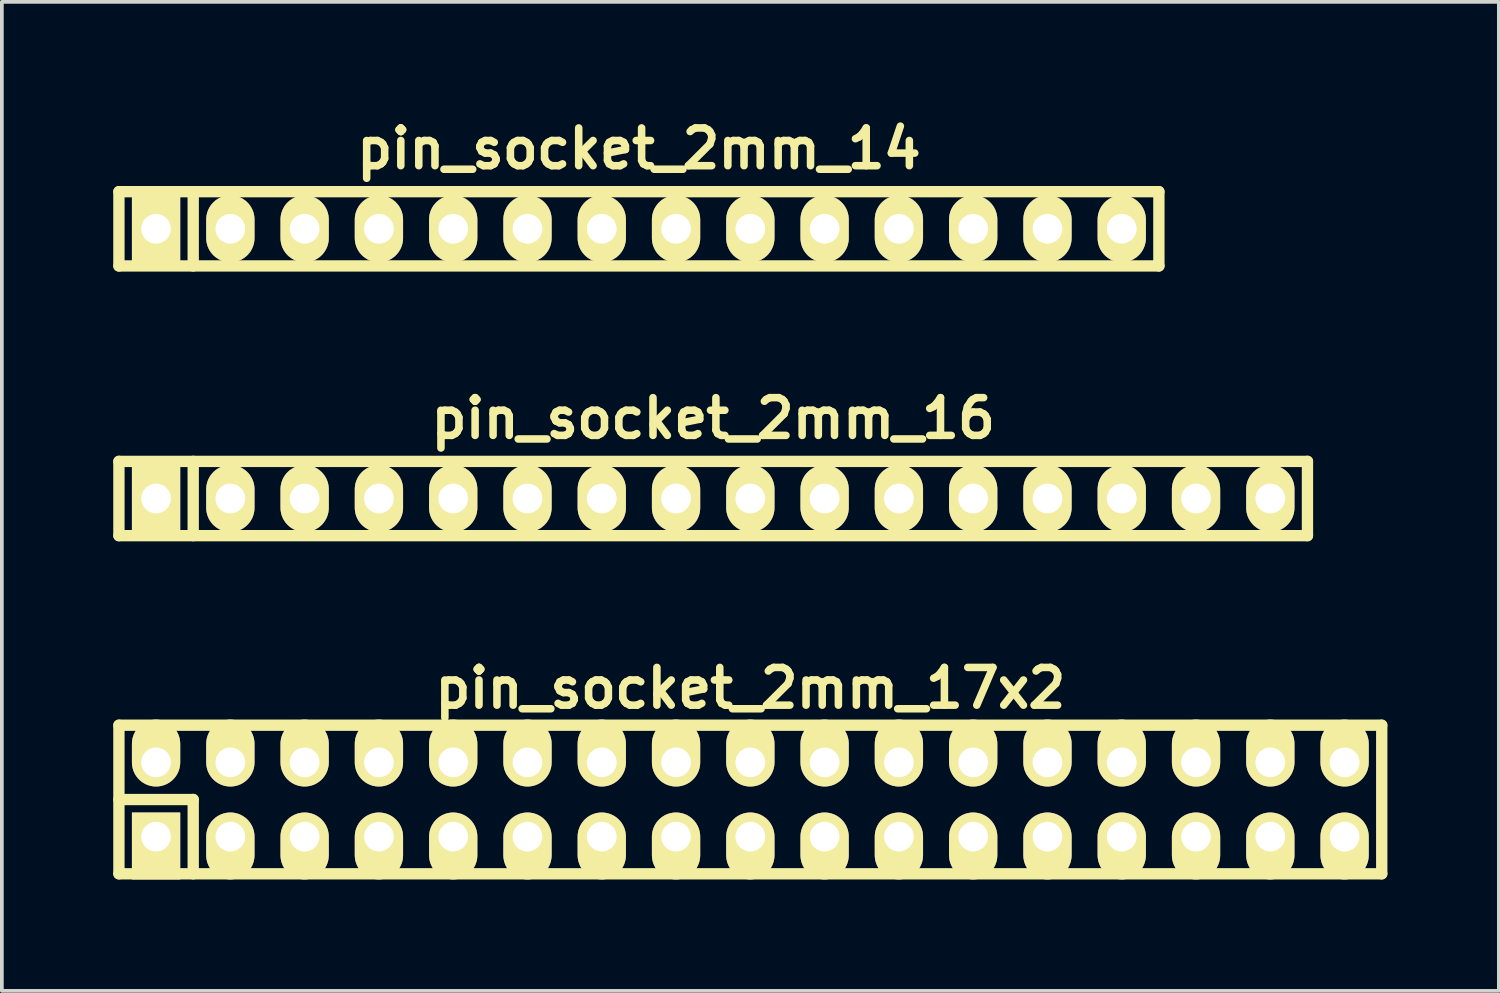
<source format=kicad_pcb>
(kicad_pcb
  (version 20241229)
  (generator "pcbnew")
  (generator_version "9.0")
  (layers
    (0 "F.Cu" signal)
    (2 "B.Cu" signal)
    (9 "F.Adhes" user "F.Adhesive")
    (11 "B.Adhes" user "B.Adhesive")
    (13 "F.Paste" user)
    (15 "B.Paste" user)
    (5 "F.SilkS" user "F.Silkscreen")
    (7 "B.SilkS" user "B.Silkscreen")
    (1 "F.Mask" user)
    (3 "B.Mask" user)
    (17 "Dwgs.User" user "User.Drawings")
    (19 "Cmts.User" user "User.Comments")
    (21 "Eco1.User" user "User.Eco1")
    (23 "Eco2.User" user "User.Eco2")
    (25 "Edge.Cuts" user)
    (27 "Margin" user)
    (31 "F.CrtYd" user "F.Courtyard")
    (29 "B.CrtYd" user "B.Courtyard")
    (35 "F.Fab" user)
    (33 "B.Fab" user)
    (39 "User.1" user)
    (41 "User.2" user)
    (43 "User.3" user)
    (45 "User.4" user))
  (footprint "pin_socket_2mm_17x2"
    (layer "F.Cu")
    (at 17.152 18.476)
    (property "Reference" "pin_socket_2mm_17x2" (at 0 -3 0) (layer "F.SilkS") (effects (font (size 1.016 1.016) (thickness 0.203))))
    (attr through_hole)
    (fp_line (start -17 -2) (end 17 -2) (stroke (width 0.305) (type solid)) (layer "F.SilkS"))
    (fp_line (start -17 0) (end -15 0) (stroke (width 0.305) (type solid)) (layer "F.SilkS"))
    (fp_line (start -17 2) (end -17 -2) (stroke (width 0.305) (type solid)) (layer "F.SilkS"))
    (fp_line (start -15 0) (end -15 2) (stroke (width 0.305) (type solid)) (layer "F.SilkS"))
    (fp_line (start 17 -2) (end 17 2) (stroke (width 0.305) (type solid)) (layer "F.SilkS"))
    (fp_line (start 17 2) (end -17 2) (stroke (width 0.305) (type solid)) (layer "F.SilkS"))
    (pad "1" thru_hole rect (at -16 1) (size 1.3 1.8) (drill 0.8 (offset 0 0.25)) (layers "*.Cu" "*.Mask" "F.SilkS"))
    (pad "2" thru_hole oval (at -16 -1) (size 1.3 1.8) (drill 0.8 (offset 0 -0.25)) (layers "*.Cu" "*.Mask" "F.SilkS"))
    (pad "3" thru_hole oval (at -14 1) (size 1.3 1.8) (drill 0.8 (offset 0 0.25)) (layers "*.Cu" "*.Mask" "F.SilkS"))
    (pad "4" thru_hole oval (at -14 -1) (size 1.3 1.8) (drill 0.8 (offset 0 -0.25)) (layers "*.Cu" "*.Mask" "F.SilkS"))
    (pad "5" thru_hole oval (at -12 1) (size 1.3 1.8) (drill 0.8 (offset 0 0.25)) (layers "*.Cu" "*.Mask" "F.SilkS"))
    (pad "6" thru_hole oval (at -12 -1) (size 1.3 1.8) (drill 0.8 (offset 0 -0.25)) (layers "*.Cu" "*.Mask" "F.SilkS"))
    (pad "7" thru_hole oval (at -10 1) (size 1.3 1.8) (drill 0.8 (offset 0 0.25)) (layers "*.Cu" "*.Mask" "F.SilkS"))
    (pad "8" thru_hole oval (at -10 -1) (size 1.3 1.8) (drill 0.8 (offset 0 -0.25)) (layers "*.Cu" "*.Mask" "F.SilkS"))
    (pad "9" thru_hole oval (at -8 1) (size 1.3 1.8) (drill 0.8 (offset 0 0.25)) (layers "*.Cu" "*.Mask" "F.SilkS"))
    (pad "10" thru_hole oval (at -8 -1) (size 1.3 1.8) (drill 0.8 (offset 0 -0.25)) (layers "*.Cu" "*.Mask" "F.SilkS"))
    (pad "11" thru_hole oval (at -6 1) (size 1.3 1.8) (drill 0.8 (offset 0 0.25)) (layers "*.Cu" "*.Mask" "F.SilkS"))
    (pad "12" thru_hole oval (at -6 -1) (size 1.3 1.8) (drill 0.8 (offset 0 -0.25)) (layers "*.Cu" "*.Mask" "F.SilkS"))
    (pad "13" thru_hole oval (at -4 1) (size 1.3 1.8) (drill 0.8 (offset 0 0.25)) (layers "*.Cu" "*.Mask" "F.SilkS"))
    (pad "14" thru_hole oval (at -4 -1) (size 1.3 1.8) (drill 0.8 (offset 0 -0.25)) (layers "*.Cu" "*.Mask" "F.SilkS"))
    (pad "15" thru_hole oval (at -2 1) (size 1.3 1.8) (drill 0.8 (offset 0 0.25)) (layers "*.Cu" "*.Mask" "F.SilkS"))
    (pad "16" thru_hole oval (at -2 -1) (size 1.3 1.8) (drill 0.8 (offset 0 -0.25)) (layers "*.Cu" "*.Mask" "F.SilkS"))
    (pad "17" thru_hole oval (at 0 1) (size 1.3 1.8) (drill 0.8 (offset 0 0.25)) (layers "*.Cu" "*.Mask" "F.SilkS"))
    (pad "18" thru_hole oval (at 0 -1) (size 1.3 1.8) (drill 0.8 (offset 0 -0.25)) (layers "*.Cu" "*.Mask" "F.SilkS"))
    (pad "19" thru_hole oval (at 2 1) (size 1.3 1.8) (drill 0.8 (offset 0 0.25)) (layers "*.Cu" "*.Mask" "F.SilkS"))
    (pad "20" thru_hole oval (at 2 -1) (size 1.3 1.8) (drill 0.8 (offset 0 -0.25)) (layers "*.Cu" "*.Mask" "F.SilkS"))
    (pad "21" thru_hole oval (at 4 1) (size 1.3 1.8) (drill 0.8 (offset 0 0.25)) (layers "*.Cu" "*.Mask" "F.SilkS"))
    (pad "22" thru_hole oval (at 4 -1) (size 1.3 1.8) (drill 0.8 (offset 0 -0.25)) (layers "*.Cu" "*.Mask" "F.SilkS"))
    (pad "23" thru_hole oval (at 6 1) (size 1.3 1.8) (drill 0.8 (offset 0 0.25)) (layers "*.Cu" "*.Mask" "F.SilkS"))
    (pad "24" thru_hole oval (at 6 -1) (size 1.3 1.8) (drill 0.8 (offset 0 -0.25)) (layers "*.Cu" "*.Mask" "F.SilkS"))
    (pad "25" thru_hole oval (at 8 1) (size 1.3 1.8) (drill 0.8 (offset 0 0.25)) (layers "*.Cu" "*.Mask" "F.SilkS"))
    (pad "26" thru_hole oval (at 8 -1) (size 1.3 1.8) (drill 0.8 (offset 0 -0.25)) (layers "*.Cu" "*.Mask" "F.SilkS"))
    (pad "27" thru_hole oval (at 10 1) (size 1.3 1.8) (drill 0.8 (offset 0 0.25)) (layers "*.Cu" "*.Mask" "F.SilkS"))
    (pad "28" thru_hole oval (at 10 -1) (size 1.3 1.8) (drill 0.8 (offset 0 -0.25)) (layers "*.Cu" "*.Mask" "F.SilkS"))
    (pad "29" thru_hole oval (at 12 1) (size 1.3 1.8) (drill 0.8 (offset 0 0.25)) (layers "*.Cu" "*.Mask" "F.SilkS"))
    (pad "30" thru_hole oval (at 12 -1) (size 1.3 1.8) (drill 0.8 (offset 0 -0.25)) (layers "*.Cu" "*.Mask" "F.SilkS"))
    (pad "31" thru_hole oval (at 14 1) (size 1.3 1.8) (drill 0.8 (offset 0 0.25)) (layers "*.Cu" "*.Mask" "F.SilkS"))
    (pad "32" thru_hole oval (at 14 -1) (size 1.3 1.8) (drill 0.8 (offset 0 -0.25)) (layers "*.Cu" "*.Mask" "F.SilkS"))
    (pad "33" thru_hole oval (at 16 1) (size 1.3 1.8) (drill 0.8 (offset 0 0.25)) (layers "*.Cu" "*.Mask" "F.SilkS"))
    (pad "34" thru_hole oval (at 16 -1) (size 1.3 1.8) (drill 0.8 (offset 0 -0.25)) (layers "*.Cu" "*.Mask" "F.SilkS")))
  (footprint "pin_socket_2mm_14"
    (layer "F.Cu")
    (at 14.152 3.11)
    (property "Reference" "pin_socket_2mm_14" (at 0 -2.159 0) (layer "F.SilkS") (effects (font (size 1.016 1.016) (thickness 0.203))))
    (attr through_hole)
    (fp_line (start -14 -1) (end 14 -1) (stroke (width 0.305) (type solid)) (layer "F.SilkS"))
    (fp_line (start -14 1) (end -14 -1) (stroke (width 0.305) (type solid)) (layer "F.SilkS"))
    (fp_line (start -12 -1) (end -12 1) (stroke (width 0.305) (type solid)) (layer "F.SilkS"))
    (fp_line (start 14 -1) (end 14 1) (stroke (width 0.305) (type solid)) (layer "F.SilkS"))
    (fp_line (start 14 1) (end -14 1) (stroke (width 0.305) (type solid)) (layer "F.SilkS"))
    (pad "1" thru_hole rect (at -13 0) (size 1.3 1.8) (drill 0.8) (layers "*.Cu" "*.Mask" "F.SilkS"))
    (pad "2" thru_hole oval (at -11 0) (size 1.3 1.8) (drill 0.8) (layers "*.Cu" "*.Mask" "F.SilkS"))
    (pad "3" thru_hole oval (at -9 0) (size 1.3 1.8) (drill 0.8) (layers "*.Cu" "*.Mask" "F.SilkS"))
    (pad "4" thru_hole oval (at -7 0) (size 1.3 1.8) (drill 0.8) (layers "*.Cu" "*.Mask" "F.SilkS"))
    (pad "5" thru_hole oval (at -5 0) (size 1.3 1.8) (drill 0.8) (layers "*.Cu" "*.Mask" "F.SilkS"))
    (pad "6" thru_hole oval (at -3 0) (size 1.3 1.8) (drill 0.8) (layers "*.Cu" "*.Mask" "F.SilkS"))
    (pad "7" thru_hole oval (at -1 0) (size 1.3 1.8) (drill 0.8) (layers "*.Cu" "*.Mask" "F.SilkS"))
    (pad "8" thru_hole oval (at 1 0) (size 1.3 1.8) (drill 0.8) (layers "*.Cu" "*.Mask" "F.SilkS"))
    (pad "9" thru_hole oval (at 3 0) (size 1.3 1.8) (drill 0.8) (layers "*.Cu" "*.Mask" "F.SilkS"))
    (pad "10" thru_hole oval (at 5 0) (size 1.3 1.8) (drill 0.8) (layers "*.Cu" "*.Mask" "F.SilkS"))
    (pad "11" thru_hole oval (at 7 0) (size 1.3 1.8) (drill 0.8) (layers "*.Cu" "*.Mask" "F.SilkS"))
    (pad "12" thru_hole oval (at 9 0) (size 1.3 1.8) (drill 0.8) (layers "*.Cu" "*.Mask" "F.SilkS"))
    (pad "13" thru_hole oval (at 11 0) (size 1.3 1.8) (drill 0.8) (layers "*.Cu" "*.Mask" "F.SilkS"))
    (pad "14" thru_hole oval (at 13 0) (size 1.3 1.8) (drill 0.8) (layers "*.Cu" "*.Mask" "F.SilkS")))
  (footprint "pin_socket_2mm_16"
    (layer "F.Cu")
    (at 16.152 10.372)
    (property "Reference" "pin_socket_2mm_16" (at 0 -2.159 0) (layer "F.SilkS") (effects (font (size 1.016 1.016) (thickness 0.203))))
    (attr through_hole)
    (fp_line (start -16 -1) (end 16 -1) (stroke (width 0.305) (type solid)) (layer "F.SilkS"))
    (fp_line (start -16 1) (end -16 -1) (stroke (width 0.305) (type solid)) (layer "F.SilkS"))
    (fp_line (start -14 -1) (end -14 1) (stroke (width 0.305) (type solid)) (layer "F.SilkS"))
    (fp_line (start 16 -1) (end 16 1) (stroke (width 0.305) (type solid)) (layer "F.SilkS"))
    (fp_line (start 16 1) (end -16 1) (stroke (width 0.305) (type solid)) (layer "F.SilkS"))
    (pad "1" thru_hole rect (at -15 0) (size 1.3 1.8) (drill 0.8) (layers "*.Cu" "*.Mask" "F.SilkS"))
    (pad "2" thru_hole oval (at -13 0) (size 1.3 1.8) (drill 0.8) (layers "*.Cu" "*.Mask" "F.SilkS"))
    (pad "3" thru_hole oval (at -11 0) (size 1.3 1.8) (drill 0.8) (layers "*.Cu" "*.Mask" "F.SilkS"))
    (pad "4" thru_hole oval (at -9 0) (size 1.3 1.8) (drill 0.8) (layers "*.Cu" "*.Mask" "F.SilkS"))
    (pad "5" thru_hole oval (at -7 0) (size 1.3 1.8) (drill 0.8) (layers "*.Cu" "*.Mask" "F.SilkS"))
    (pad "6" thru_hole oval (at -5 0) (size 1.3 1.8) (drill 0.8) (layers "*.Cu" "*.Mask" "F.SilkS"))
    (pad "7" thru_hole oval (at -3 0) (size 1.3 1.8) (drill 0.8) (layers "*.Cu" "*.Mask" "F.SilkS"))
    (pad "8" thru_hole oval (at -1 0) (size 1.3 1.8) (drill 0.8) (layers "*.Cu" "*.Mask" "F.SilkS"))
    (pad "9" thru_hole oval (at 1 0) (size 1.3 1.8) (drill 0.8) (layers "*.Cu" "*.Mask" "F.SilkS"))
    (pad "10" thru_hole oval (at 3 0) (size 1.3 1.8) (drill 0.8) (layers "*.Cu" "*.Mask" "F.SilkS"))
    (pad "11" thru_hole oval (at 5 0) (size 1.3 1.8) (drill 0.8) (layers "*.Cu" "*.Mask" "F.SilkS"))
    (pad "12" thru_hole oval (at 7 0) (size 1.3 1.8) (drill 0.8) (layers "*.Cu" "*.Mask" "F.SilkS"))
    (pad "13" thru_hole oval (at 9 0) (size 1.3 1.8) (drill 0.8) (layers "*.Cu" "*.Mask" "F.SilkS"))
    (pad "14" thru_hole oval (at 11 0) (size 1.3 1.8) (drill 0.8) (layers "*.Cu" "*.Mask" "F.SilkS"))
    (pad "15" thru_hole oval (at 13 0) (size 1.3 1.8) (drill 0.8) (layers "*.Cu" "*.Mask" "F.SilkS"))
    (pad "16" thru_hole oval (at 15 0) (size 1.3 1.8) (drill 0.8) (layers "*.Cu" "*.Mask" "F.SilkS")))
  (gr_rect
    (start -3 -3)
    (end 37.305 23.628)
    (stroke (width 0.1) (type default))
    (fill no)
    (layer "Edge.Cuts")))
</source>
